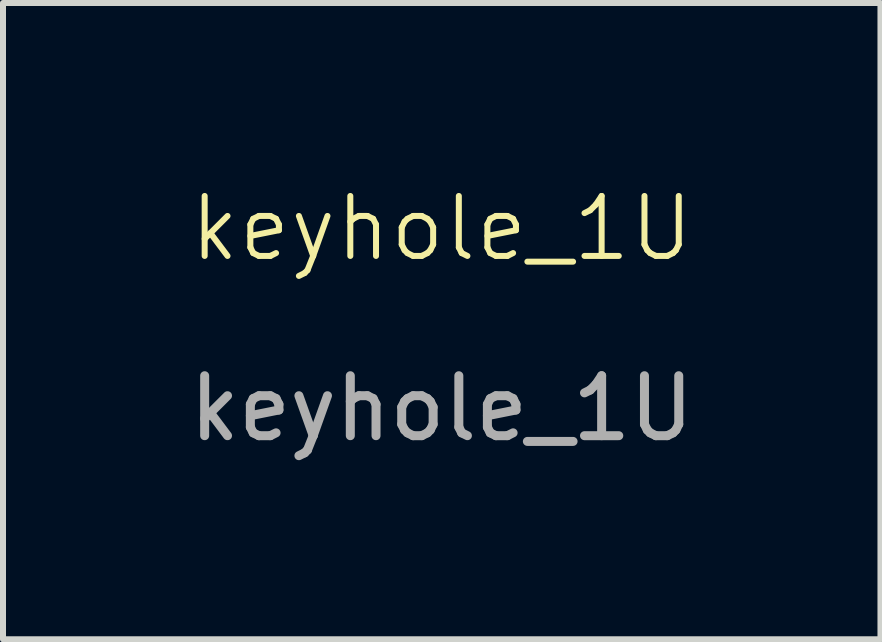
<source format=kicad_pcb>
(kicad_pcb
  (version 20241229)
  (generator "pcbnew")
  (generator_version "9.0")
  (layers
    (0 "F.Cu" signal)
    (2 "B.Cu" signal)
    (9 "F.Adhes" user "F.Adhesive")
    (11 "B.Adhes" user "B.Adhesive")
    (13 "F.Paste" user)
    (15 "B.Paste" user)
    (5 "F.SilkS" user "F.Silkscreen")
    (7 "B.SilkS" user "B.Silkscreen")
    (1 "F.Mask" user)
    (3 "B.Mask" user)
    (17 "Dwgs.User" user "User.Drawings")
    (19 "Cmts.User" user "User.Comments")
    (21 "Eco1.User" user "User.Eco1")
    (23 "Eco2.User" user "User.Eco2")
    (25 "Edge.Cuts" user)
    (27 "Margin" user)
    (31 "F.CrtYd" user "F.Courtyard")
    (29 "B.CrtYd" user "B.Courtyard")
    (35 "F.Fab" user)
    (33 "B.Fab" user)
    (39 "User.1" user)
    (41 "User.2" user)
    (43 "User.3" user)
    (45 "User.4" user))
  (footprint "keyhole_1U"
    (layer "F.Cu")
    (at 4.315 1.26)
    (property "Reference" "keyhole_1U" (at 0 -0.5 0) (unlocked yes) (layer "F.SilkS") (effects (font (size 1 1) (thickness 0.1))))
    (attr smd)
    (fp_text user "${REFERENCE}" (at 0 2.5 0) (unlocked yes) (layer "F.Fab") (effects (font (size 1 1) (thickness 0.15)))))
  (gr_rect
    (start -3 -3)
    (end 11.631 7.609)
    (stroke (width 0.1) (type default))
    (fill no)
    (layer "Edge.Cuts")))
</source>
